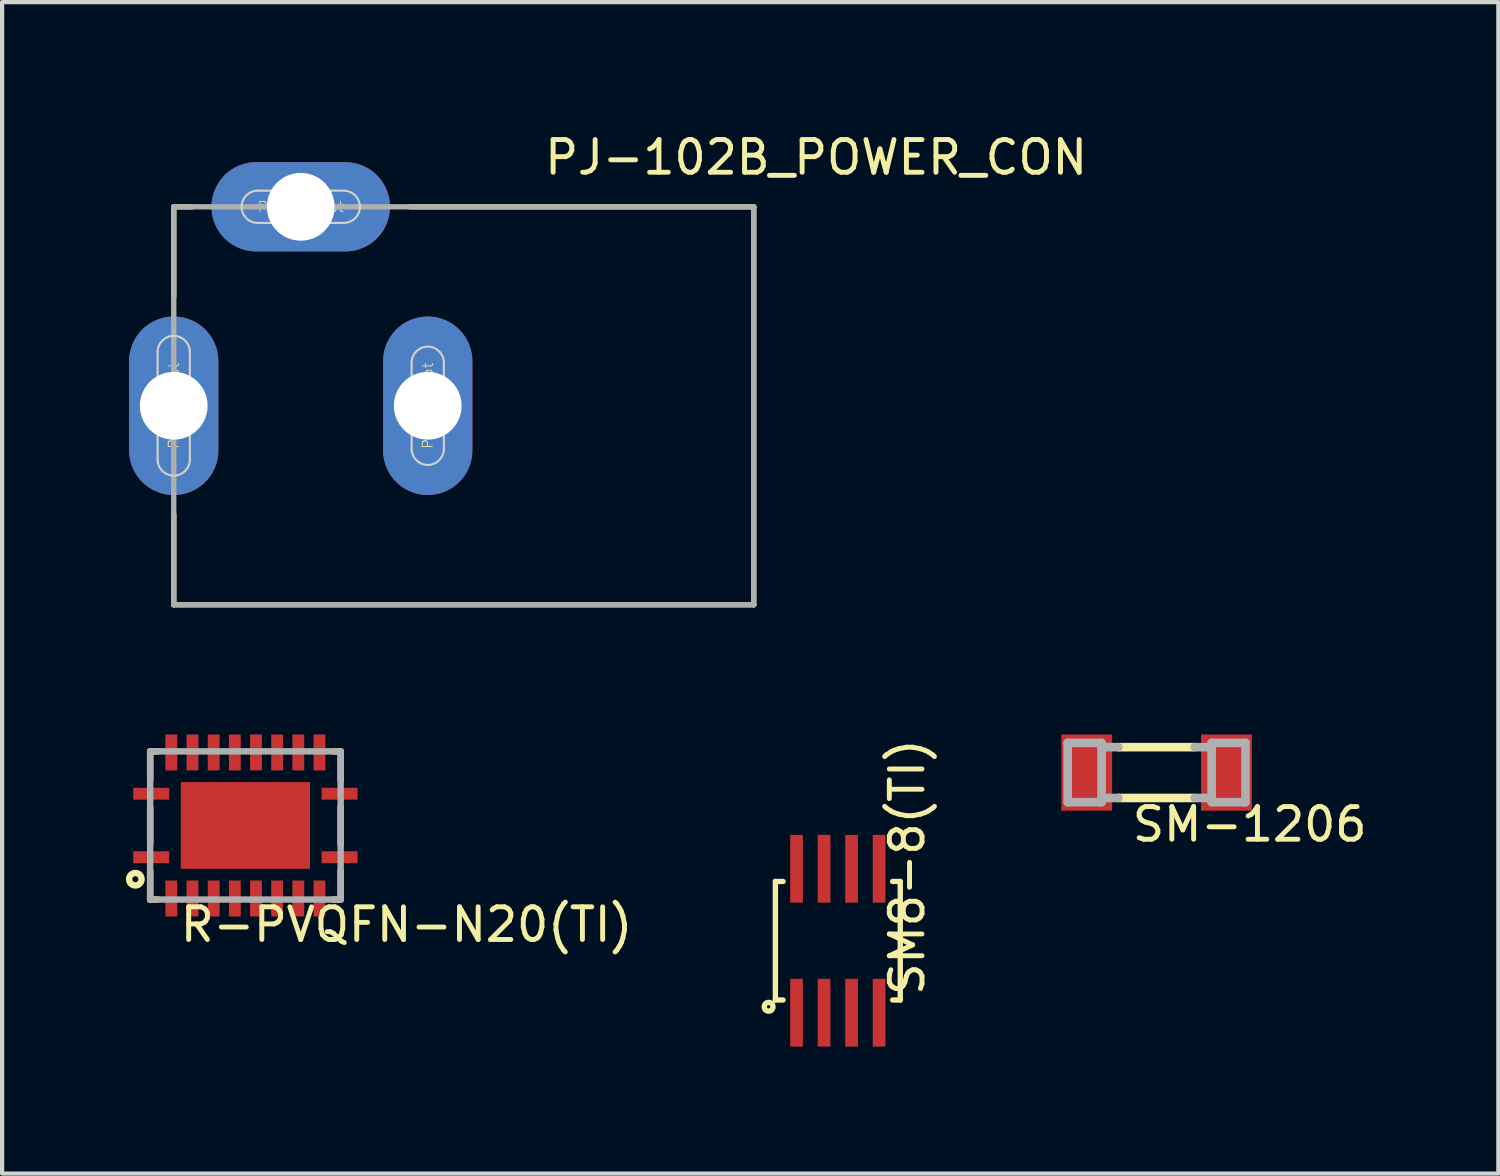
<source format=kicad_pcb>
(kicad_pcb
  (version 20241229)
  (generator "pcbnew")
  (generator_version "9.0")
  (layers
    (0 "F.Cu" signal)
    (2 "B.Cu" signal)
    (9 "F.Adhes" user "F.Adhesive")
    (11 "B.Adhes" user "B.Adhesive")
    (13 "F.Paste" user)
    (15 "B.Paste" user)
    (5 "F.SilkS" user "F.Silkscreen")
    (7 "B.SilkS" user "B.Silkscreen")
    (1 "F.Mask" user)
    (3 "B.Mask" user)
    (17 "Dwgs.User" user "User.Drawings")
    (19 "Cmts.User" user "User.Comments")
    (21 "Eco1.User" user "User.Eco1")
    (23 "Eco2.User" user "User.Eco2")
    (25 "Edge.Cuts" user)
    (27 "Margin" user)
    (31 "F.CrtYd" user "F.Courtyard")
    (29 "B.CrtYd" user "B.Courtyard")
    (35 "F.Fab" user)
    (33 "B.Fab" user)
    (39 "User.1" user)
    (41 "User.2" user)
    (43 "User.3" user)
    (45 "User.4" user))
  (footprint "R-PVQFN-N20(TI)"
    (layer "F.Cu")
    (at 2.747 16.449)
    (property "Reference" "R-PVQFN-N20(TI)" (at -1.6 2.794 180) (layer "F.SilkS") (effects (font (size 0.772 0.772) (thickness 0.116)) (justify left bottom)))
    (attr through_hole)
    (fp_line (start -2.25 -1.75) (end -2.25 -1.07) (stroke (width 0.152) (type solid)) (layer "F.SilkS"))
    (fp_line (start -2.25 -1.75) (end -2.07 -1.75) (stroke (width 0.152) (type solid)) (layer "F.SilkS"))
    (fp_line (start -2.25 0.43) (end -2.25 -0.43) (stroke (width 0.152) (type solid)) (layer "F.SilkS"))
    (fp_line (start -2.25 1.75) (end -2.25 1.07) (stroke (width 0.152) (type solid)) (layer "F.SilkS"))
    (fp_line (start -2.07 1.75) (end -2.25 1.75) (stroke (width 0.152) (type solid)) (layer "F.SilkS"))
    (fp_line (start 2.07 -1.75) (end 2.25 -1.75) (stroke (width 0.152) (type solid)) (layer "F.SilkS"))
    (fp_line (start 2.25 -1.75) (end 2.25 -1.07) (stroke (width 0.152) (type solid)) (layer "F.SilkS"))
    (fp_line (start 2.25 -0.43) (end 2.25 0.43) (stroke (width 0.152) (type solid)) (layer "F.SilkS"))
    (fp_line (start 2.25 1.07) (end 2.25 1.75) (stroke (width 0.152) (type solid)) (layer "F.SilkS"))
    (fp_line (start 2.25 1.75) (end 2.07 1.75) (stroke (width 0.152) (type solid)) (layer "F.SilkS"))
    (fp_circle (center -2.6 1.27) (end -2.529 1.27) (stroke (width 0.152) (type solid)) (fill no) (layer "F.SilkS"))
    (fp_line (start -2.25 -1.75) (end 2.25 -1.75) (stroke (width 0.152) (type solid)) (layer "F.Fab"))
    (fp_line (start -2.25 1.75) (end -2.25 -1.75) (stroke (width 0.152) (type solid)) (layer "F.Fab"))
    (fp_line (start 2.25 -1.75) (end 2.25 1.75) (stroke (width 0.152) (type solid)) (layer "F.Fab"))
    (fp_line (start 2.25 1.75) (end -2.25 1.75) (stroke (width 0.152) (type solid)) (layer "F.Fab"))
    (pad "1" smd rect (at -2.225 0.75 90) (size 0.28 0.85) (layers "F.Cu" "F.Mask" "F.Paste"))
    (pad "2" smd rect (at -1.75 1.725 180) (size 0.28 0.85) (layers "F.Cu" "F.Mask" "F.Paste"))
    (pad "3" smd rect (at -1.25 1.725 180) (size 0.28 0.85) (layers "F.Cu" "F.Mask" "F.Paste"))
    (pad "4" smd rect (at -0.75 1.725 180) (size 0.28 0.85) (layers "F.Cu" "F.Mask" "F.Paste"))
    (pad "5" smd rect (at -0.25 1.725 180) (size 0.28 0.85) (layers "F.Cu" "F.Mask" "F.Paste"))
    (pad "6" smd rect (at 0.25 1.725 180) (size 0.28 0.85) (layers "F.Cu" "F.Mask" "F.Paste"))
    (pad "7" smd rect (at 0.75 1.725 180) (size 0.28 0.85) (layers "F.Cu" "F.Mask" "F.Paste"))
    (pad "8" smd rect (at 1.25 1.725 180) (size 0.28 0.85) (layers "F.Cu" "F.Mask" "F.Paste"))
    (pad "9" smd rect (at 1.75 1.725 180) (size 0.28 0.85) (layers "F.Cu" "F.Mask" "F.Paste"))
    (pad "10" smd rect (at 2.225 0.75 270) (size 0.28 0.85) (layers "F.Cu" "F.Mask" "F.Paste"))
    (pad "11" smd rect (at 2.225 -0.75 270) (size 0.28 0.85) (layers "F.Cu" "F.Mask" "F.Paste"))
    (pad "12" smd rect (at 1.75 -1.725) (size 0.28 0.85) (layers "F.Cu" "F.Mask" "F.Paste"))
    (pad "13" smd rect (at 1.25 -1.725) (size 0.28 0.85) (layers "F.Cu" "F.Mask" "F.Paste"))
    (pad "14" smd rect (at 0.75 -1.725) (size 0.28 0.85) (layers "F.Cu" "F.Mask" "F.Paste"))
    (pad "15" smd rect (at 0.25 -1.725) (size 0.28 0.85) (layers "F.Cu" "F.Mask" "F.Paste"))
    (pad "16" smd rect (at -0.25 -1.725) (size 0.28 0.85) (layers "F.Cu" "F.Mask" "F.Paste"))
    (pad "17" smd rect (at -0.75 -1.725) (size 0.28 0.85) (layers "F.Cu" "F.Mask" "F.Paste"))
    (pad "18" smd rect (at -1.25 -1.725) (size 0.28 0.85) (layers "F.Cu" "F.Mask" "F.Paste"))
    (pad "19" smd rect (at -1.75 -1.725) (size 0.28 0.85) (layers "F.Cu" "F.Mask" "F.Paste"))
    (pad "20" smd rect (at -2.225 -0.75 90) (size 0.28 0.85) (layers "F.Cu" "F.Mask" "F.Paste"))
    (pad "TP" smd rect (at 0 0) (size 3.05 2.05) (layers "F.Cu" "F.Mask" "F.Paste")))
  (footprint "SM8-8(TI)"
    (layer "F.Cu")
    (at 16.741 19.172)
    (property "Reference" "SM8-8(TI)" (at 2.089 1.35 270) (layer "F.SilkS") (effects (font (size 0.772 0.772) (thickness 0.116)) (justify left bottom)))
    (attr through_hole)
    (fp_line (start -1.475 -1.4) (end -1.295 -1.4) (stroke (width 0.127) (type solid)) (layer "F.SilkS"))
    (fp_line (start -1.475 1.4) (end -1.475 -1.4) (stroke (width 0.127) (type solid)) (layer "F.SilkS"))
    (fp_line (start -1.475 1.4) (end -1.295 1.4) (stroke (width 0.127) (type solid)) (layer "F.SilkS"))
    (fp_line (start 1.475 -1.4) (end 1.295 -1.4) (stroke (width 0.127) (type solid)) (layer "F.SilkS"))
    (fp_line (start 1.475 -1.4) (end 1.475 1.4) (stroke (width 0.127) (type solid)) (layer "F.SilkS"))
    (fp_line (start 1.475 1.4) (end 1.295 1.4) (stroke (width 0.127) (type solid)) (layer "F.SilkS"))
    (fp_circle (center -1.635 1.56) (end -1.595 1.56) (stroke (width 0.127) (type solid)) (fill no) (layer "F.SilkS"))
    (pad "1" smd rect (at -0.975 1.7) (size 0.3 1.6) (layers "F.Cu" "F.Mask" "F.Paste"))
    (pad "2" smd rect (at -0.325 1.7) (size 0.3 1.6) (layers "F.Cu" "F.Mask" "F.Paste"))
    (pad "3" smd rect (at 0.325 1.7) (size 0.3 1.6) (layers "F.Cu" "F.Mask" "F.Paste"))
    (pad "4" smd rect (at 0.975 1.7) (size 0.3 1.6) (layers "F.Cu" "F.Mask" "F.Paste"))
    (pad "5" smd rect (at 0.975 -1.7) (size 0.3 1.6) (layers "F.Cu" "F.Mask" "F.Paste"))
    (pad "6" smd rect (at 0.325 -1.7) (size 0.3 1.6) (layers "F.Cu" "F.Mask" "F.Paste"))
    (pad "7" smd rect (at -0.325 -1.7) (size 0.3 1.6) (layers "F.Cu" "F.Mask" "F.Paste"))
    (pad "8" smd rect (at -0.975 -1.7) (size 0.3 1.6) (layers "F.Cu" "F.Mask" "F.Paste")))
  (footprint "PJ-102B_POWER_CON"
    (layer "F.Cu")
    (at 7.054 6.535)
    (property "Reference" "PJ-102B_POWER_CON" (at 2.702 -5.416 180) (layer "F.SilkS") (effects (font (size 0.772 0.772) (thickness 0.116)) (justify left bottom)))
    (attr through_hole)
    (fp_line (start -6 -4.7) (end -6 -2.57) (stroke (width 0.127) (type solid)) (layer "F.SilkS"))
    (fp_line (start -6 4.7) (end -6 2.57) (stroke (width 0.127) (type solid)) (layer "F.SilkS"))
    (fp_line (start -5.57 -4.7) (end -6 -4.7) (stroke (width 0.127) (type solid)) (layer "F.SilkS"))
    (fp_line (start -0.42 -4.7) (end 7.7 -4.7) (stroke (width 0.127) (type solid)) (layer "F.SilkS"))
    (fp_line (start 7.7 -4.7) (end 7.7 4.7) (stroke (width 0.127) (type solid)) (layer "F.SilkS"))
    (fp_line (start 7.7 4.7) (end -6 4.7) (stroke (width 0.127) (type solid)) (layer "F.SilkS"))
    (fp_line (start -6.381 1.27) (end -6.381 -1.27) (stroke (width 0.05) (type solid)) (layer "Edge.Cuts"))
    (fp_line (start -5.619 -1.27) (end -5.619 1.27) (stroke (width 0.05) (type solid)) (layer "Edge.Cuts"))
    (fp_line (start -4.016 -5.081) (end -1.984 -5.081) (stroke (width 0.05) (type solid)) (layer "Edge.Cuts"))
    (fp_line (start -1.984 -4.319) (end -4.016 -4.319) (stroke (width 0.05) (type solid)) (layer "Edge.Cuts"))
    (fp_line (start -0.381 1.016) (end -0.381 -1.016) (stroke (width 0.05) (type solid)) (layer "Edge.Cuts"))
    (fp_line (start 0.381 -1.016) (end 0.381 1.016) (stroke (width 0.05) (type solid)) (layer "Edge.Cuts"))
    (fp_arc (start -6.381 -1.27) (mid -6 -1.651) (end -5.619 -1.27) (stroke (width 0.05) (type solid)) (layer "Edge.Cuts"))
    (fp_arc (start -5.619 1.27) (mid -6 1.651) (end -6.381 1.27) (stroke (width 0.05) (type solid)) (layer "Edge.Cuts"))
    (fp_arc (start -4.016 -4.319) (mid -4.397 -4.7) (end -4.016 -5.081) (stroke (width 0.05) (type solid)) (layer "Edge.Cuts"))
    (fp_arc (start -1.984 -5.081) (mid -1.603 -4.7) (end -1.984 -4.319) (stroke (width 0.05) (type solid)) (layer "Edge.Cuts"))
    (fp_arc (start -0.381 -1.016) (mid 0 -1.397) (end 0.381 -1.016) (stroke (width 0.05) (type solid)) (layer "Edge.Cuts"))
    (fp_arc (start 0.381 1.016) (mid 0 1.397) (end -0.381 1.016) (stroke (width 0.05) (type solid)) (layer "Edge.Cuts"))
    (fp_line (start -6 -4.7) (end -6 4.7) (stroke (width 0.127) (type solid)) (layer "F.Fab"))
    (fp_line (start -6 4.7) (end 7.7 4.7) (stroke (width 0.127) (type solid)) (layer "F.Fab"))
    (fp_line (start 7.7 -4.7) (end -6 -4.7) (stroke (width 0.127) (type solid)) (layer "F.Fab"))
    (fp_line (start 7.7 -4.7) (end 7.7 4.7) (stroke (width 0.127) (type solid)) (layer "F.Fab"))
    (fp_text user "Plated Slot" (at -3 -4.7 0) (layer "F.SilkS") (effects (font (size 0.241 0.241) (thickness 0.02))))
    (fp_text user "Plated Slot" (at 0 0 270) (layer "F.SilkS") (effects (font (size 0.241 0.241) (thickness 0.02))))
    (fp_text user "Plated Slot" (at -6 0 90) (layer "F.SilkS") (effects (font (size 0.241 0.241) (thickness 0.02))))
    (pad "IN" thru_hole oval (at -6 0 90) (size 4.216 2.108) (drill 1.6) (layers "*.Cu" "*.Mask"))
    (pad "OUT" thru_hole oval (at 0 0 90) (size 4.216 2.108) (drill 1.6) (layers "*.Cu" "*.Mask"))
    (pad "OUT_CON" thru_hole oval (at -3 -4.7 180) (size 4.216 2.108) (drill 1.6) (layers "*.Cu" "*.Mask")))
  (footprint "SM-1206"
    (layer "F.Cu")
    (at 24.271 15.199)
    (property "Reference" "SM-1206" (at -0.635 1.676 180) (layer "F.SilkS") (effects (font (size 0.772 0.772) (thickness 0.116)) (justify left bottom)))
    (attr through_hole)
    (fp_line (start -0.9 0.6) (end 0.9 0.6) (stroke (width 0.203) (type solid)) (layer "F.SilkS"))
    (fp_line (start 0.9 -0.6) (end -0.9 -0.6) (stroke (width 0.203) (type solid)) (layer "F.SilkS"))
    (fp_line (start -2.1 -0.7) (end -2.1 0.7) (stroke (width 0.203) (type solid)) (layer "F.Fab"))
    (fp_line (start -2.1 0.7) (end -1.3 0.7) (stroke (width 0.203) (type solid)) (layer "F.Fab"))
    (fp_line (start -1.3 -0.7) (end -2.1 -0.7) (stroke (width 0.203) (type solid)) (layer "F.Fab"))
    (fp_line (start -1.3 -0.6) (end -1.3 -0.7) (stroke (width 0.203) (type solid)) (layer "F.Fab"))
    (fp_line (start -1.3 0.6) (end -1.3 -0.6) (stroke (width 0.203) (type solid)) (layer "F.Fab"))
    (fp_line (start -1.3 0.6) (end -0.9 0.6) (stroke (width 0.203) (type solid)) (layer "F.Fab"))
    (fp_line (start -1.3 0.7) (end -1.3 0.6) (stroke (width 0.203) (type solid)) (layer "F.Fab"))
    (fp_line (start -0.9 -0.6) (end -1.3 -0.6) (stroke (width 0.203) (type solid)) (layer "F.Fab"))
    (fp_line (start 0.9 0.6) (end 1.3 0.6) (stroke (width 0.203) (type solid)) (layer "F.Fab"))
    (fp_line (start 1.3 -0.7) (end 1.3 -0.6) (stroke (width 0.203) (type solid)) (layer "F.Fab"))
    (fp_line (start 1.3 -0.6) (end 0.9 -0.6) (stroke (width 0.203) (type solid)) (layer "F.Fab"))
    (fp_line (start 1.3 -0.6) (end 1.3 0.6) (stroke (width 0.203) (type solid)) (layer "F.Fab"))
    (fp_line (start 1.3 0.6) (end 1.3 0.7) (stroke (width 0.203) (type solid)) (layer "F.Fab"))
    (fp_line (start 1.3 0.7) (end 2.1 0.7) (stroke (width 0.203) (type solid)) (layer "F.Fab"))
    (fp_line (start 2.1 -0.7) (end 1.3 -0.7) (stroke (width 0.203) (type solid)) (layer "F.Fab"))
    (fp_line (start 2.1 0.7) (end 2.1 -0.7) (stroke (width 0.203) (type solid)) (layer "F.Fab"))
    (pad "1" smd rect (at -1.65 0) (size 1.2 1.8) (layers "F.Cu" "F.Mask" "F.Paste"))
    (pad "2" smd rect (at 1.65 0) (size 1.2 1.8) (layers "F.Cu" "F.Mask" "F.Paste")))
  (gr_rect
    (start -3 -3)
    (end 32.344 24.672)
    (stroke (width 0.1) (type default))
    (fill no)
    (layer "Edge.Cuts")))
</source>
